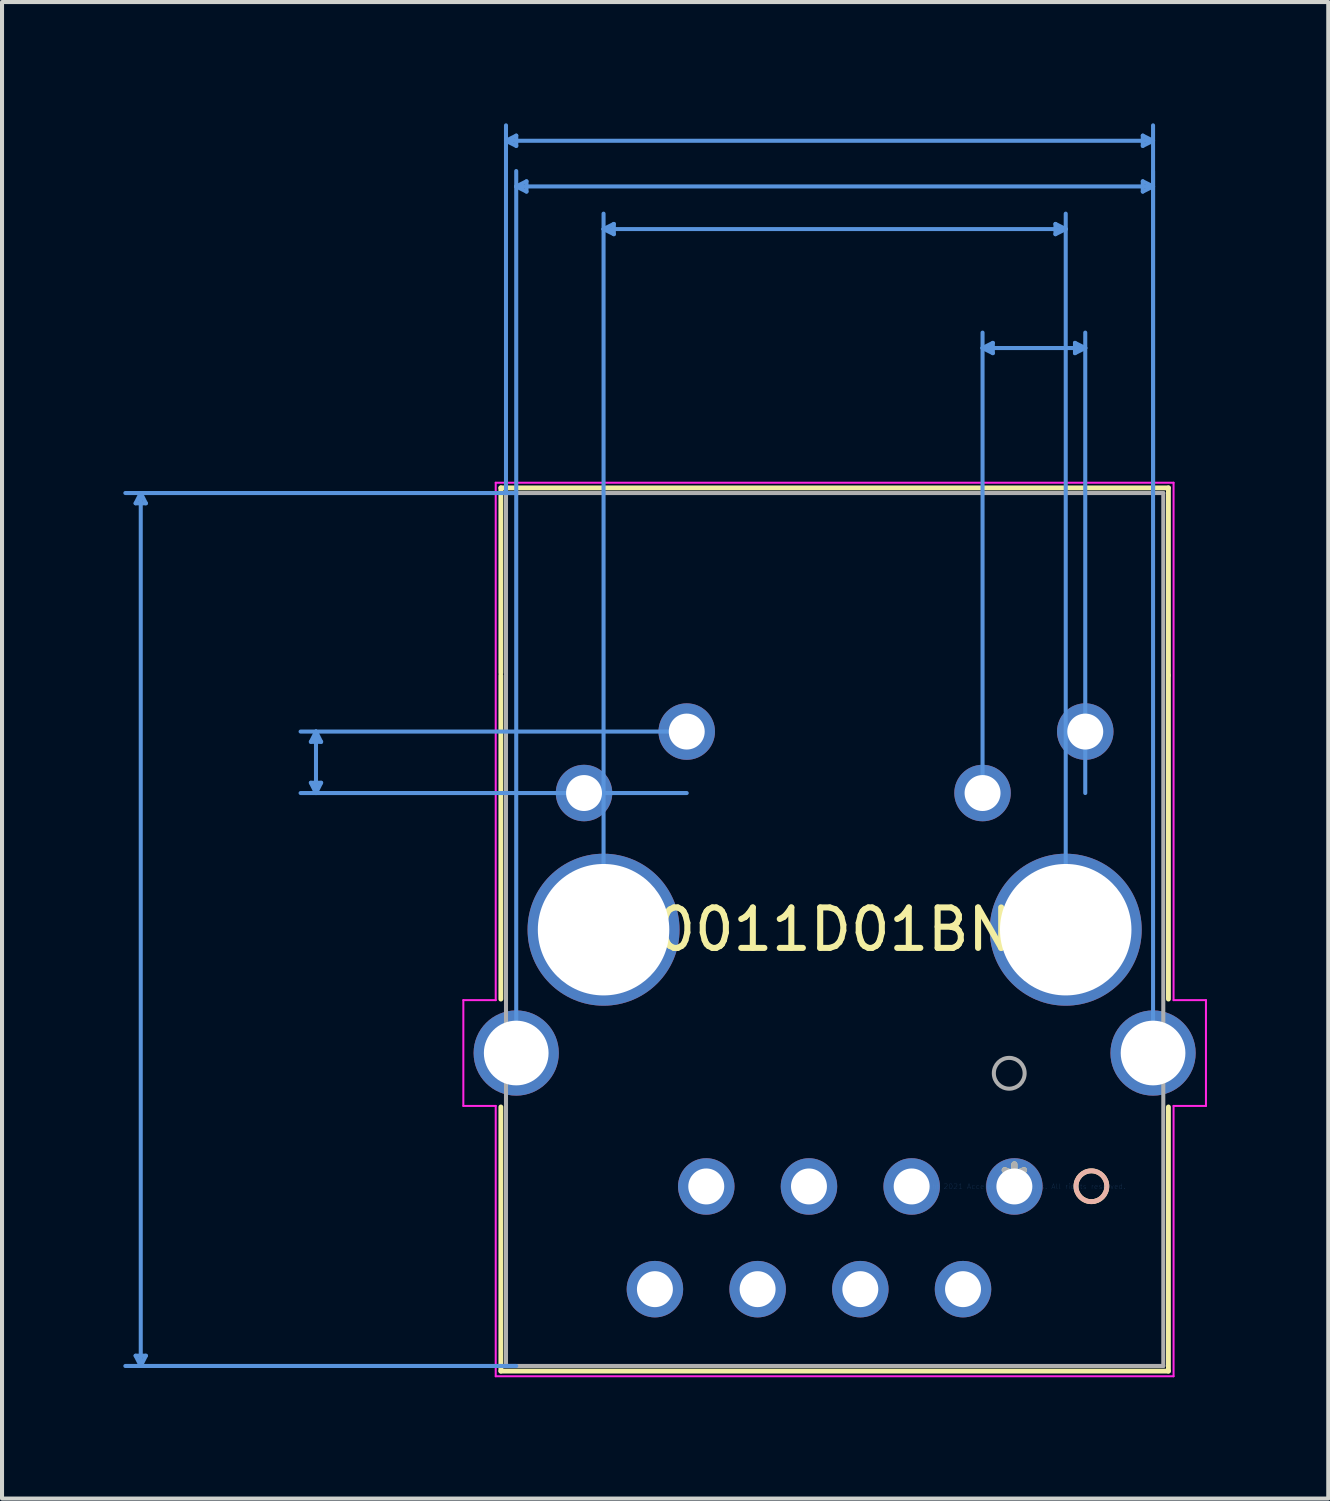
<source format=kicad_pcb>
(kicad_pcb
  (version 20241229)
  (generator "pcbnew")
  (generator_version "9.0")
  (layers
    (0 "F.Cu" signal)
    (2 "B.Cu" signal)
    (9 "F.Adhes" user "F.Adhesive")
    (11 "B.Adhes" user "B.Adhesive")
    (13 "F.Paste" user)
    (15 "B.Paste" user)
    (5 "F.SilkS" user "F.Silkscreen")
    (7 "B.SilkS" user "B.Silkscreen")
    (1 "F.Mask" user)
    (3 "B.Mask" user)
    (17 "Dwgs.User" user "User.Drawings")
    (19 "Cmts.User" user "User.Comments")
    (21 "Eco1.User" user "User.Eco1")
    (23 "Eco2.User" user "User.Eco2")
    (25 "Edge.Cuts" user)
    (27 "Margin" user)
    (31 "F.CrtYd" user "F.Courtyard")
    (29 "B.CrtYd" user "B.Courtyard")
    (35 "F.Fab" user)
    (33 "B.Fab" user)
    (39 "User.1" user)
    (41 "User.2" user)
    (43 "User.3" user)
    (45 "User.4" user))
  (footprint "J0011D01BNL"
    (layer "F.Cu")
    (at 22.037 26.293)
    (property "Reference" "J0011D01BNL" (at -4.445 -6.355 0) (layer "F.SilkS") (effects (font (size 1 1) (thickness 0.15))))
    (attr through_hole)
    (fp_line (start -12.7 -17.277) (end -12.7 -12.7) (stroke (width 0.12) (type solid)) (layer "F.SilkS"))
    (fp_line (start -12.7 -12.641) (end -12.7 -4.634) (stroke (width 0.12) (type solid)) (layer "F.SilkS"))
    (fp_line (start -12.7 -1.966) (end -12.7 4.567) (stroke (width 0.12) (type solid)) (layer "F.SilkS"))
    (fp_line (start -12.7 4.567) (end 3.81 4.567) (stroke (width 0.12) (type solid)) (layer "F.SilkS"))
    (fp_line (start 3.81 -17.277) (end -12.7 -17.277) (stroke (width 0.12) (type solid)) (layer "F.SilkS"))
    (fp_line (start 3.81 -12.641) (end 3.81 -17.277) (stroke (width 0.12) (type solid)) (layer "F.SilkS"))
    (fp_line (start 3.81 -4.634) (end 3.81 -12.641) (stroke (width 0.12) (type solid)) (layer "F.SilkS"))
    (fp_line (start 3.81 4.567) (end 3.81 -1.966) (stroke (width 0.12) (type solid)) (layer "F.SilkS"))
    (fp_circle (center 1.905 -0.005) (end 2.286 -0.005) (stroke (width 0.12) (type solid)) (fill no) (layer "F.SilkS"))
    (fp_circle (center 1.905 -0.005) (end 2.286 -0.005) (stroke (width 0.12) (type solid)) (fill no) (layer "B.SilkS"))
    (fp_line (start -21.733 4.186) (end -21.606 4.44) (stroke (width 0.1) (type solid)) (layer "Cmts.User"))
    (fp_line (start -21.733 -16.896) (end -21.606 -17.15) (stroke (width 0.1) (type solid)) (layer "Cmts.User"))
    (fp_line (start -21.733 -16.896) (end -21.479 -16.896) (stroke (width 0.1) (type solid)) (layer "Cmts.User"))
    (fp_line (start -21.606 4.44) (end -21.606 -17.15) (stroke (width 0.1) (type solid)) (layer "Cmts.User"))
    (fp_line (start -21.479 4.186) (end -21.733 4.186) (stroke (width 0.1) (type solid)) (layer "Cmts.User"))
    (fp_line (start -21.479 4.186) (end -21.606 4.44) (stroke (width 0.1) (type solid)) (layer "Cmts.User"))
    (fp_line (start -21.479 -16.896) (end -21.606 -17.15) (stroke (width 0.1) (type solid)) (layer "Cmts.User"))
    (fp_line (start -17.399 -9.984) (end -17.272 -9.73) (stroke (width 0.1) (type solid)) (layer "Cmts.User"))
    (fp_line (start -17.399 -10.996) (end -17.272 -11.25) (stroke (width 0.1) (type solid)) (layer "Cmts.User"))
    (fp_line (start -17.399 -10.996) (end -17.145 -10.996) (stroke (width 0.1) (type solid)) (layer "Cmts.User"))
    (fp_line (start -17.272 -9.73) (end -17.272 -11.25) (stroke (width 0.1) (type solid)) (layer "Cmts.User"))
    (fp_line (start -17.145 -9.984) (end -17.399 -9.984) (stroke (width 0.1) (type solid)) (layer "Cmts.User"))
    (fp_line (start -17.145 -9.984) (end -17.272 -9.73) (stroke (width 0.1) (type solid)) (layer "Cmts.User"))
    (fp_line (start -17.145 -10.996) (end -17.272 -11.25) (stroke (width 0.1) (type solid)) (layer "Cmts.User"))
    (fp_line (start -12.573 -25.862) (end 3.43 -25.862) (stroke (width 0.1) (type solid)) (layer "Cmts.User"))
    (fp_line (start -12.573 -17.15) (end -12.573 -26.243) (stroke (width 0.1) (type solid)) (layer "Cmts.User"))
    (fp_line (start -12.32 -24.732) (end 3.43 -24.732) (stroke (width 0.1) (type solid)) (layer "Cmts.User"))
    (fp_line (start -12.32 -17.15) (end -21.987 -17.15) (stroke (width 0.1) (type solid)) (layer "Cmts.User"))
    (fp_line (start -12.32 4.44) (end -21.987 4.44) (stroke (width 0.1) (type solid)) (layer "Cmts.User"))
    (fp_line (start -12.32 -3.3) (end -12.32 -25.113) (stroke (width 0.1) (type solid)) (layer "Cmts.User"))
    (fp_line (start -12.319 -25.735) (end -12.573 -25.862) (stroke (width 0.1) (type solid)) (layer "Cmts.User"))
    (fp_line (start -12.319 -25.735) (end -12.319 -25.989) (stroke (width 0.1) (type solid)) (layer "Cmts.User"))
    (fp_line (start -12.319 -25.989) (end -12.573 -25.862) (stroke (width 0.1) (type solid)) (layer "Cmts.User"))
    (fp_line (start -12.066 -24.605) (end -12.32 -24.732) (stroke (width 0.1) (type solid)) (layer "Cmts.User"))
    (fp_line (start -12.066 -24.605) (end -12.066 -24.859) (stroke (width 0.1) (type solid)) (layer "Cmts.User"))
    (fp_line (start -12.066 -24.859) (end -12.32 -24.732) (stroke (width 0.1) (type solid)) (layer "Cmts.User"))
    (fp_line (start -10.16 -23.678) (end 1.27 -23.678) (stroke (width 0.1) (type solid)) (layer "Cmts.User"))
    (fp_line (start -10.16 -6.35) (end -10.16 -24.059) (stroke (width 0.1) (type solid)) (layer "Cmts.User"))
    (fp_line (start -9.906 -23.805) (end -10.16 -23.678) (stroke (width 0.1) (type solid)) (layer "Cmts.User"))
    (fp_line (start -9.906 -23.551) (end -10.16 -23.678) (stroke (width 0.1) (type solid)) (layer "Cmts.User"))
    (fp_line (start -9.906 -23.551) (end -9.906 -23.805) (stroke (width 0.1) (type solid)) (layer "Cmts.User"))
    (fp_line (start -8.103 -11.25) (end -17.653 -11.25) (stroke (width 0.1) (type solid)) (layer "Cmts.User"))
    (fp_line (start -8.103 -9.73) (end -17.653 -9.73) (stroke (width 0.1) (type solid)) (layer "Cmts.User"))
    (fp_line (start -0.787 -20.736) (end 1.753 -20.736) (stroke (width 0.1) (type solid)) (layer "Cmts.User"))
    (fp_line (start -0.787 -9.73) (end -0.787 -21.117) (stroke (width 0.1) (type solid)) (layer "Cmts.User"))
    (fp_line (start -0.533 -20.863) (end -0.787 -20.736) (stroke (width 0.1) (type solid)) (layer "Cmts.User"))
    (fp_line (start -0.533 -20.609) (end -0.787 -20.736) (stroke (width 0.1) (type solid)) (layer "Cmts.User"))
    (fp_line (start -0.533 -20.609) (end -0.533 -20.863) (stroke (width 0.1) (type solid)) (layer "Cmts.User"))
    (fp_line (start 1.016 -23.551) (end 1.27 -23.678) (stroke (width 0.1) (type solid)) (layer "Cmts.User"))
    (fp_line (start 1.016 -23.805) (end 1.016 -23.551) (stroke (width 0.1) (type solid)) (layer "Cmts.User"))
    (fp_line (start 1.016 -23.805) (end 1.27 -23.678) (stroke (width 0.1) (type solid)) (layer "Cmts.User"))
    (fp_line (start 1.27 -6.35) (end 1.27 -24.059) (stroke (width 0.1) (type solid)) (layer "Cmts.User"))
    (fp_line (start 1.499 -20.863) (end 1.499 -20.609) (stroke (width 0.1) (type solid)) (layer "Cmts.User"))
    (fp_line (start 1.499 -20.863) (end 1.753 -20.736) (stroke (width 0.1) (type solid)) (layer "Cmts.User"))
    (fp_line (start 1.499 -20.609) (end 1.753 -20.736) (stroke (width 0.1) (type solid)) (layer "Cmts.User"))
    (fp_line (start 1.753 -9.73) (end 1.753 -21.117) (stroke (width 0.1) (type solid)) (layer "Cmts.User"))
    (fp_line (start 3.176 -24.859) (end 3.176 -24.605) (stroke (width 0.1) (type solid)) (layer "Cmts.User"))
    (fp_line (start 3.176 -24.859) (end 3.43 -24.732) (stroke (width 0.1) (type solid)) (layer "Cmts.User"))
    (fp_line (start 3.176 -24.605) (end 3.43 -24.732) (stroke (width 0.1) (type solid)) (layer "Cmts.User"))
    (fp_line (start 3.176 -25.735) (end 3.43 -25.862) (stroke (width 0.1) (type solid)) (layer "Cmts.User"))
    (fp_line (start 3.176 -25.989) (end 3.176 -25.735) (stroke (width 0.1) (type solid)) (layer "Cmts.User"))
    (fp_line (start 3.176 -25.989) (end 3.43 -25.862) (stroke (width 0.1) (type solid)) (layer "Cmts.User"))
    (fp_line (start 3.43 -3.3) (end 3.43 -25.113) (stroke (width 0.1) (type solid)) (layer "Cmts.User"))
    (fp_line (start 3.43 -17.15) (end 3.43 -26.243) (stroke (width 0.1) (type solid)) (layer "Cmts.User"))
    (fp_line (start -13.628 -4.608) (end -13.628 -1.992) (stroke (width 0.05) (type solid)) (layer "F.CrtYd"))
    (fp_line (start -13.628 -1.992) (end -12.827 -1.992) (stroke (width 0.05) (type solid)) (layer "F.CrtYd"))
    (fp_line (start -12.827 -17.404) (end -12.827 -4.608) (stroke (width 0.05) (type solid)) (layer "F.CrtYd"))
    (fp_line (start -12.827 -4.608) (end -13.628 -4.608) (stroke (width 0.05) (type solid)) (layer "F.CrtYd"))
    (fp_line (start -12.827 -1.992) (end -12.827 4.694) (stroke (width 0.05) (type solid)) (layer "F.CrtYd"))
    (fp_line (start -12.827 4.694) (end 3.937 4.694) (stroke (width 0.05) (type solid)) (layer "F.CrtYd"))
    (fp_line (start 3.937 -17.404) (end -12.827 -17.404) (stroke (width 0.05) (type solid)) (layer "F.CrtYd"))
    (fp_line (start 3.937 -4.608) (end 3.937 -17.404) (stroke (width 0.05) (type solid)) (layer "F.CrtYd"))
    (fp_line (start 3.937 -1.992) (end 4.738 -1.992) (stroke (width 0.05) (type solid)) (layer "F.CrtYd"))
    (fp_line (start 3.937 4.694) (end 3.937 -1.992) (stroke (width 0.05) (type solid)) (layer "F.CrtYd"))
    (fp_line (start 4.738 -4.608) (end 3.937 -4.608) (stroke (width 0.05) (type solid)) (layer "F.CrtYd"))
    (fp_line (start 4.738 -1.992) (end 4.738 -4.608) (stroke (width 0.05) (type solid)) (layer "F.CrtYd"))
    (fp_line (start -12.573 -17.15) (end -12.573 4.44) (stroke (width 0.1) (type solid)) (layer "F.Fab"))
    (fp_line (start -12.573 4.44) (end 3.683 4.44) (stroke (width 0.1) (type solid)) (layer "F.Fab"))
    (fp_line (start 3.683 -17.15) (end -12.573 -17.15) (stroke (width 0.1) (type solid)) (layer "F.Fab"))
    (fp_line (start 3.683 4.44) (end 3.683 -17.15) (stroke (width 0.1) (type solid)) (layer "F.Fab"))
    (fp_circle (center -0.127 -2.799) (end 0.254 -2.799) (stroke (width 0.1) (type solid)) (fill no) (layer "F.Fab"))
    (fp_text user "*" (at 0 0 0) (layer "F.SilkS") (effects (font (size 1 1) (thickness 0.15))))
    (fp_text user "Copyright 2021 Accelerated Designs. All rights reserved." (at 0 0 0) (layer "Cmts.User") (effects (font (size 0.127 0.127) (thickness 0.002))))
    (fp_text user "*" (at 0 0 0) (layer "F.Fab") (effects (font (size 1 1) (thickness 0.15))))
    (pad "1" thru_hole circle (at 0 0) (size 1.397 1.397) (drill 0.889) (layers "*.Cu" "*.Mask"))
    (pad "2" thru_hole circle (at -1.27 2.54) (size 1.397 1.397) (drill 0.889) (layers "*.Cu" "*.Mask"))
    (pad "3" thru_hole circle (at -2.54 0) (size 1.397 1.397) (drill 0.889) (layers "*.Cu" "*.Mask"))
    (pad "4" thru_hole circle (at -3.81 2.54) (size 1.397 1.397) (drill 0.889) (layers "*.Cu" "*.Mask"))
    (pad "5" thru_hole circle (at -5.08 0) (size 1.397 1.397) (drill 0.889) (layers "*.Cu" "*.Mask"))
    (pad "6" thru_hole circle (at -6.35 2.54) (size 1.397 1.397) (drill 0.889) (layers "*.Cu" "*.Mask"))
    (pad "7" thru_hole circle (at -7.62 0) (size 1.397 1.397) (drill 0.889) (layers "*.Cu" "*.Mask"))
    (pad "8" thru_hole circle (at -8.89 2.54) (size 1.397 1.397) (drill 0.889) (layers "*.Cu" "*.Mask"))
    (pad "9" thru_hole circle (at 1.753 -11.25) (size 1.397 1.397) (drill 0.889) (layers "*.Cu" "*.Mask"))
    (pad "10" thru_hole circle (at -0.787 -9.73) (size 1.397 1.397) (drill 0.889) (layers "*.Cu" "*.Mask"))
    (pad "11" thru_hole circle (at -8.103 -11.25) (size 1.397 1.397) (drill 0.889) (layers "*.Cu" "*.Mask"))
    (pad "12" thru_hole circle (at -10.643 -9.73) (size 1.397 1.397) (drill 0.889) (layers "*.Cu" "*.Mask"))
    (pad "13" thru_hole circle (at -10.16 -6.35 90) (size 3.759 3.759) (drill 3.251) (layers "*.Cu" "*.Mask"))
    (pad "14" thru_hole circle (at 1.27 -6.35 90) (size 3.759 3.759) (drill 3.251) (layers "*.Cu" "*.Mask"))
    (pad "15" thru_hole circle (at -12.32 -3.3 90) (size 2.108 2.108) (drill 1.6) (layers "*.Cu" "*.Mask"))
    (pad "16" thru_hole circle (at 3.43 -3.3 90) (size 2.108 2.108) (drill 1.6) (layers "*.Cu" "*.Mask")))
  (gr_rect
    (start -3 -3)
    (end 29.8 34.012)
    (stroke (width 0.1) (type default))
    (fill no)
    (layer "Edge.Cuts")))
</source>
